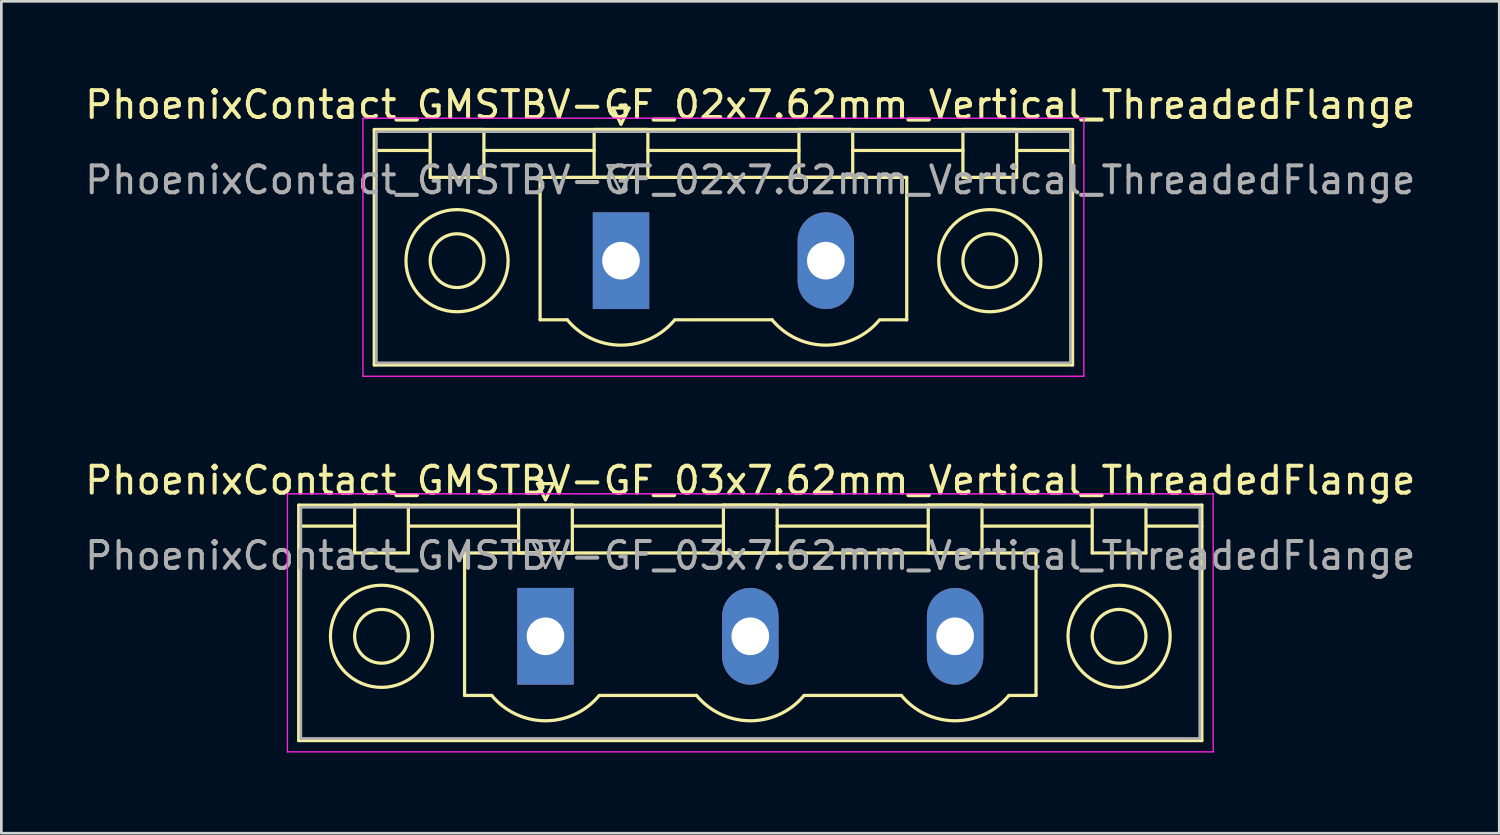
<source format=kicad_pcb>
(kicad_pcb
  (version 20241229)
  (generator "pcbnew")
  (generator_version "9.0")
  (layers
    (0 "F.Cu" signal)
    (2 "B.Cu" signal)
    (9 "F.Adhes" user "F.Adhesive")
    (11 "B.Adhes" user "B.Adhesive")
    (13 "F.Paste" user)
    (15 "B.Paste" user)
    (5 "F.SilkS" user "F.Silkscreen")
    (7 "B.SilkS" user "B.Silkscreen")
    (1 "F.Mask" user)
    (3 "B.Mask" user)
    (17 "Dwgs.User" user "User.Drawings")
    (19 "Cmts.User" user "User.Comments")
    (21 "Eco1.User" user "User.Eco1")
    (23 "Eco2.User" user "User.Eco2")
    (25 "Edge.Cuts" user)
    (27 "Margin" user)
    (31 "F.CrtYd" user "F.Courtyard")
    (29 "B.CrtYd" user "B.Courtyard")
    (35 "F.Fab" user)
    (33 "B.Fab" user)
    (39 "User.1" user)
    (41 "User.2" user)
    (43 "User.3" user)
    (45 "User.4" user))
  (footprint "PhoenixContact_GMSTBV-GF_03x7.62mm_Vertical_ThreadedFlange"
    (layer "F.Cu")
    (at 17.243 20.622)
    (property "Reference" "PhoenixContact_GMSTBV-GF_03x7.62mm_Vertical_ThreadedFlange" (at 7.62 -5.8 0) (layer "F.SilkS") (effects (font (size 1 1) (thickness 0.15))))
    (attr through_hole)
    (fp_line (start -9.18 -4.88) (end -9.18 3.88) (stroke (width 0.12) (type solid)) (layer "F.SilkS"))
    (fp_line (start -9.18 -4.1) (end -7.18 -4.1) (stroke (width 0.12) (type solid)) (layer "F.SilkS"))
    (fp_line (start -9.18 3.88) (end 24.42 3.88) (stroke (width 0.12) (type solid)) (layer "F.SilkS"))
    (fp_line (start -7.1 -4.88) (end -5.1 -4.88) (stroke (width 0.12) (type solid)) (layer "F.SilkS"))
    (fp_line (start -7.1 -3.1) (end -7.1 -4.88) (stroke (width 0.12) (type solid)) (layer "F.SilkS"))
    (fp_line (start -5.1 -4.88) (end -5.1 -3.1) (stroke (width 0.12) (type solid)) (layer "F.SilkS"))
    (fp_line (start -5.1 -4.1) (end -1 -4.1) (stroke (width 0.12) (type solid)) (layer "F.SilkS"))
    (fp_line (start -5.1 -3.1) (end -7.1 -3.1) (stroke (width 0.12) (type solid)) (layer "F.SilkS"))
    (fp_line (start -3.01 -3.1) (end 18.25 -3.1) (stroke (width 0.12) (type solid)) (layer "F.SilkS"))
    (fp_line (start -3.01 2.2) (end -3.01 -3.1) (stroke (width 0.12) (type solid)) (layer "F.SilkS"))
    (fp_line (start -2 2.2) (end -3.01 2.2) (stroke (width 0.12) (type solid)) (layer "F.SilkS"))
    (fp_line (start -1 -4.88) (end 1 -4.88) (stroke (width 0.12) (type solid)) (layer "F.SilkS"))
    (fp_line (start -1 -3.1) (end -1 -4.88) (stroke (width 0.12) (type solid)) (layer "F.SilkS"))
    (fp_line (start -0.3 -5.68) (end 0.3 -5.68) (stroke (width 0.12) (type solid)) (layer "F.SilkS"))
    (fp_line (start 0 -5.08) (end -0.3 -5.68) (stroke (width 0.12) (type solid)) (layer "F.SilkS"))
    (fp_line (start 0.3 -5.68) (end 0 -5.08) (stroke (width 0.12) (type solid)) (layer "F.SilkS"))
    (fp_line (start 1 -4.88) (end 1 -3.1) (stroke (width 0.12) (type solid)) (layer "F.SilkS"))
    (fp_line (start 1 -4.1) (end 6.62 -4.1) (stroke (width 0.12) (type solid)) (layer "F.SilkS"))
    (fp_line (start 1 -3.1) (end -1 -3.1) (stroke (width 0.12) (type solid)) (layer "F.SilkS"))
    (fp_line (start 2 2.2) (end 5.62 2.2) (stroke (width 0.12) (type solid)) (layer "F.SilkS"))
    (fp_line (start 6.62 -4.88) (end 8.62 -4.88) (stroke (width 0.12) (type solid)) (layer "F.SilkS"))
    (fp_line (start 6.62 -3.1) (end 6.62 -4.88) (stroke (width 0.12) (type solid)) (layer "F.SilkS"))
    (fp_line (start 8.62 -4.88) (end 8.62 -3.1) (stroke (width 0.12) (type solid)) (layer "F.SilkS"))
    (fp_line (start 8.62 -4.1) (end 14.24 -4.1) (stroke (width 0.12) (type solid)) (layer "F.SilkS"))
    (fp_line (start 8.62 -3.1) (end 6.62 -3.1) (stroke (width 0.12) (type solid)) (layer "F.SilkS"))
    (fp_line (start 9.62 2.2) (end 13.24 2.2) (stroke (width 0.12) (type solid)) (layer "F.SilkS"))
    (fp_line (start 14.24 -4.88) (end 16.24 -4.88) (stroke (width 0.12) (type solid)) (layer "F.SilkS"))
    (fp_line (start 14.24 -3.1) (end 14.24 -4.88) (stroke (width 0.12) (type solid)) (layer "F.SilkS"))
    (fp_line (start 16.24 -4.88) (end 16.24 -3.1) (stroke (width 0.12) (type solid)) (layer "F.SilkS"))
    (fp_line (start 16.24 -4.1) (end 20.34 -4.1) (stroke (width 0.12) (type solid)) (layer "F.SilkS"))
    (fp_line (start 16.24 -3.1) (end 14.24 -3.1) (stroke (width 0.12) (type solid)) (layer "F.SilkS"))
    (fp_line (start 18.25 -3.1) (end 18.25 2.2) (stroke (width 0.12) (type solid)) (layer "F.SilkS"))
    (fp_line (start 18.25 2.2) (end 17.24 2.2) (stroke (width 0.12) (type solid)) (layer "F.SilkS"))
    (fp_line (start 20.34 -4.88) (end 22.34 -4.88) (stroke (width 0.12) (type solid)) (layer "F.SilkS"))
    (fp_line (start 20.34 -3.1) (end 20.34 -4.88) (stroke (width 0.12) (type solid)) (layer "F.SilkS"))
    (fp_line (start 22.34 -4.88) (end 22.34 -3.1) (stroke (width 0.12) (type solid)) (layer "F.SilkS"))
    (fp_line (start 22.34 -3.1) (end 20.34 -3.1) (stroke (width 0.12) (type solid)) (layer "F.SilkS"))
    (fp_line (start 24.42 -4.88) (end -9.18 -4.88) (stroke (width 0.12) (type solid)) (layer "F.SilkS"))
    (fp_line (start 24.42 -4.1) (end 22.42 -4.1) (stroke (width 0.12) (type solid)) (layer "F.SilkS"))
    (fp_line (start 24.42 3.88) (end 24.42 -4.88) (stroke (width 0.12) (type solid)) (layer "F.SilkS"))
    (fp_arc (start 1.986842 2.215821) (mid -0.010289 3.142758) (end -2 2.2) (stroke (width 0.12) (type solid)) (layer "F.SilkS"))
    (fp_arc (start 9.606842 2.215821) (mid 7.609711 3.142758) (end 5.62 2.2) (stroke (width 0.12) (type solid)) (layer "F.SilkS"))
    (fp_arc (start 17.226842 2.215821) (mid 15.229711 3.142758) (end 13.24 2.2) (stroke (width 0.12) (type solid)) (layer "F.SilkS"))
    (fp_circle (center -6.1 0) (end -5.1 0) (stroke (width 0.12) (type solid)) (fill no) (layer "F.SilkS"))
    (fp_circle (center -6.1 0) (end -4.2 0) (stroke (width 0.12) (type solid)) (fill no) (layer "F.SilkS"))
    (fp_circle (center 21.34 0) (end 22.34 0) (stroke (width 0.12) (type solid)) (fill no) (layer "F.SilkS"))
    (fp_circle (center 21.34 0) (end 23.24 0) (stroke (width 0.12) (type solid)) (fill no) (layer "F.SilkS"))
    (fp_line (start -9.6 -5.3) (end -9.6 4.3) (stroke (width 0.05) (type solid)) (layer "F.CrtYd"))
    (fp_line (start -9.6 4.3) (end 24.84 4.3) (stroke (width 0.05) (type solid)) (layer "F.CrtYd"))
    (fp_line (start 24.84 -5.3) (end -9.6 -5.3) (stroke (width 0.05) (type solid)) (layer "F.CrtYd"))
    (fp_line (start 24.84 4.3) (end 24.84 -5.3) (stroke (width 0.05) (type solid)) (layer "F.CrtYd"))
    (fp_line (start -9.1 -4.8) (end -9.1 3.8) (stroke (width 0.1) (type solid)) (layer "F.Fab"))
    (fp_line (start -9.1 3.8) (end 24.34 3.8) (stroke (width 0.1) (type solid)) (layer "F.Fab"))
    (fp_line (start -0.5 -3.55) (end 0.5 -3.55) (stroke (width 0.1) (type solid)) (layer "F.Fab"))
    (fp_line (start 0 -2.55) (end -0.5 -3.55) (stroke (width 0.1) (type solid)) (layer "F.Fab"))
    (fp_line (start 0.5 -3.55) (end 0 -2.55) (stroke (width 0.1) (type solid)) (layer "F.Fab"))
    (fp_line (start 24.34 -4.8) (end -9.1 -4.8) (stroke (width 0.1) (type solid)) (layer "F.Fab"))
    (fp_line (start 24.34 3.8) (end 24.34 -4.8) (stroke (width 0.1) (type solid)) (layer "F.Fab"))
    (fp_text user "${REFERENCE}" (at 7.62 -3 0) (layer "F.Fab") (effects (font (size 1 1) (thickness 0.15))))
    (pad "1" thru_hole rect (at 0 0) (size 2.1 3.6) (drill 1.4) (layers "*.Cu" "*.Mask"))
    (pad "2" thru_hole oval (at 7.62 0) (size 2.1 3.6) (drill 1.4) (layers "*.Cu" "*.Mask"))
    (pad "3" thru_hole oval (at 15.24 0) (size 2.1 3.6) (drill 1.4) (layers "*.Cu" "*.Mask")))
  (footprint "PhoenixContact_GMSTBV-GF_02x7.62mm_Vertical_ThreadedFlange"
    (layer "F.Cu")
    (at 20.053 6.648)
    (property "Reference" "PhoenixContact_GMSTBV-GF_02x7.62mm_Vertical_ThreadedFlange" (at 4.81 -5.8 0) (layer "F.SilkS") (effects (font (size 1 1) (thickness 0.15))))
    (attr through_hole)
    (fp_line (start -9.18 -4.88) (end -9.18 3.88) (stroke (width 0.12) (type solid)) (layer "F.SilkS"))
    (fp_line (start -9.18 -4.1) (end -7.18 -4.1) (stroke (width 0.12) (type solid)) (layer "F.SilkS"))
    (fp_line (start -9.18 3.88) (end 16.8 3.88) (stroke (width 0.12) (type solid)) (layer "F.SilkS"))
    (fp_line (start -7.1 -4.88) (end -5.1 -4.88) (stroke (width 0.12) (type solid)) (layer "F.SilkS"))
    (fp_line (start -7.1 -3.1) (end -7.1 -4.88) (stroke (width 0.12) (type solid)) (layer "F.SilkS"))
    (fp_line (start -5.1 -4.88) (end -5.1 -3.1) (stroke (width 0.12) (type solid)) (layer "F.SilkS"))
    (fp_line (start -5.1 -4.1) (end -1 -4.1) (stroke (width 0.12) (type solid)) (layer "F.SilkS"))
    (fp_line (start -5.1 -3.1) (end -7.1 -3.1) (stroke (width 0.12) (type solid)) (layer "F.SilkS"))
    (fp_line (start -3.01 -3.1) (end 10.63 -3.1) (stroke (width 0.12) (type solid)) (layer "F.SilkS"))
    (fp_line (start -3.01 2.2) (end -3.01 -3.1) (stroke (width 0.12) (type solid)) (layer "F.SilkS"))
    (fp_line (start -2 2.2) (end -3.01 2.2) (stroke (width 0.12) (type solid)) (layer "F.SilkS"))
    (fp_line (start -1 -4.88) (end 1 -4.88) (stroke (width 0.12) (type solid)) (layer "F.SilkS"))
    (fp_line (start -1 -3.1) (end -1 -4.88) (stroke (width 0.12) (type solid)) (layer "F.SilkS"))
    (fp_line (start -0.3 -5.68) (end 0.3 -5.68) (stroke (width 0.12) (type solid)) (layer "F.SilkS"))
    (fp_line (start 0 -5.08) (end -0.3 -5.68) (stroke (width 0.12) (type solid)) (layer "F.SilkS"))
    (fp_line (start 0.3 -5.68) (end 0 -5.08) (stroke (width 0.12) (type solid)) (layer "F.SilkS"))
    (fp_line (start 1 -4.88) (end 1 -3.1) (stroke (width 0.12) (type solid)) (layer "F.SilkS"))
    (fp_line (start 1 -4.1) (end 6.62 -4.1) (stroke (width 0.12) (type solid)) (layer "F.SilkS"))
    (fp_line (start 1 -3.1) (end -1 -3.1) (stroke (width 0.12) (type solid)) (layer "F.SilkS"))
    (fp_line (start 2 2.2) (end 5.62 2.2) (stroke (width 0.12) (type solid)) (layer "F.SilkS"))
    (fp_line (start 6.62 -4.88) (end 8.62 -4.88) (stroke (width 0.12) (type solid)) (layer "F.SilkS"))
    (fp_line (start 6.62 -3.1) (end 6.62 -4.88) (stroke (width 0.12) (type solid)) (layer "F.SilkS"))
    (fp_line (start 8.62 -4.88) (end 8.62 -3.1) (stroke (width 0.12) (type solid)) (layer "F.SilkS"))
    (fp_line (start 8.62 -4.1) (end 12.72 -4.1) (stroke (width 0.12) (type solid)) (layer "F.SilkS"))
    (fp_line (start 8.62 -3.1) (end 6.62 -3.1) (stroke (width 0.12) (type solid)) (layer "F.SilkS"))
    (fp_line (start 10.63 -3.1) (end 10.63 2.2) (stroke (width 0.12) (type solid)) (layer "F.SilkS"))
    (fp_line (start 10.63 2.2) (end 9.62 2.2) (stroke (width 0.12) (type solid)) (layer "F.SilkS"))
    (fp_line (start 12.72 -4.88) (end 14.72 -4.88) (stroke (width 0.12) (type solid)) (layer "F.SilkS"))
    (fp_line (start 12.72 -3.1) (end 12.72 -4.88) (stroke (width 0.12) (type solid)) (layer "F.SilkS"))
    (fp_line (start 14.72 -4.88) (end 14.72 -3.1) (stroke (width 0.12) (type solid)) (layer "F.SilkS"))
    (fp_line (start 14.72 -3.1) (end 12.72 -3.1) (stroke (width 0.12) (type solid)) (layer "F.SilkS"))
    (fp_line (start 16.8 -4.88) (end -9.18 -4.88) (stroke (width 0.12) (type solid)) (layer "F.SilkS"))
    (fp_line (start 16.8 -4.1) (end 14.8 -4.1) (stroke (width 0.12) (type solid)) (layer "F.SilkS"))
    (fp_line (start 16.8 3.88) (end 16.8 -4.88) (stroke (width 0.12) (type solid)) (layer "F.SilkS"))
    (fp_arc (start 1.986842 2.215821) (mid -0.010289 3.142758) (end -2 2.2) (stroke (width 0.12) (type solid)) (layer "F.SilkS"))
    (fp_arc (start 9.606842 2.215821) (mid 7.609711 3.142758) (end 5.62 2.2) (stroke (width 0.12) (type solid)) (layer "F.SilkS"))
    (fp_circle (center -6.1 0) (end -5.1 0) (stroke (width 0.12) (type solid)) (fill no) (layer "F.SilkS"))
    (fp_circle (center -6.1 0) (end -4.2 0) (stroke (width 0.12) (type solid)) (fill no) (layer "F.SilkS"))
    (fp_circle (center 13.72 0) (end 14.72 0) (stroke (width 0.12) (type solid)) (fill no) (layer "F.SilkS"))
    (fp_circle (center 13.72 0) (end 15.62 0) (stroke (width 0.12) (type solid)) (fill no) (layer "F.SilkS"))
    (fp_line (start -9.6 -5.3) (end -9.6 4.3) (stroke (width 0.05) (type solid)) (layer "F.CrtYd"))
    (fp_line (start -9.6 4.3) (end 17.22 4.3) (stroke (width 0.05) (type solid)) (layer "F.CrtYd"))
    (fp_line (start 17.22 -5.3) (end -9.6 -5.3) (stroke (width 0.05) (type solid)) (layer "F.CrtYd"))
    (fp_line (start 17.22 4.3) (end 17.22 -5.3) (stroke (width 0.05) (type solid)) (layer "F.CrtYd"))
    (fp_line (start -9.1 -4.8) (end -9.1 3.8) (stroke (width 0.1) (type solid)) (layer "F.Fab"))
    (fp_line (start -9.1 3.8) (end 16.72 3.8) (stroke (width 0.1) (type solid)) (layer "F.Fab"))
    (fp_line (start -0.5 -3.55) (end 0.5 -3.55) (stroke (width 0.1) (type solid)) (layer "F.Fab"))
    (fp_line (start 0 -2.55) (end -0.5 -3.55) (stroke (width 0.1) (type solid)) (layer "F.Fab"))
    (fp_line (start 0.5 -3.55) (end 0 -2.55) (stroke (width 0.1) (type solid)) (layer "F.Fab"))
    (fp_line (start 16.72 -4.8) (end -9.1 -4.8) (stroke (width 0.1) (type solid)) (layer "F.Fab"))
    (fp_line (start 16.72 3.8) (end 16.72 -4.8) (stroke (width 0.1) (type solid)) (layer "F.Fab"))
    (fp_text user "${REFERENCE}" (at 4.81 -3 0) (layer "F.Fab") (effects (font (size 1 1) (thickness 0.15))))
    (pad "1" thru_hole rect (at 0 0) (size 2.1 3.6) (drill 1.4) (layers "*.Cu" "*.Mask"))
    (pad "2" thru_hole oval (at 7.62 0) (size 2.1 3.6) (drill 1.4) (layers "*.Cu" "*.Mask")))
  (gr_rect
    (start -3 -3)
    (end 52.726 27.947)
    (stroke (width 0.1) (type default))
    (fill no)
    (layer "Edge.Cuts")))
</source>
